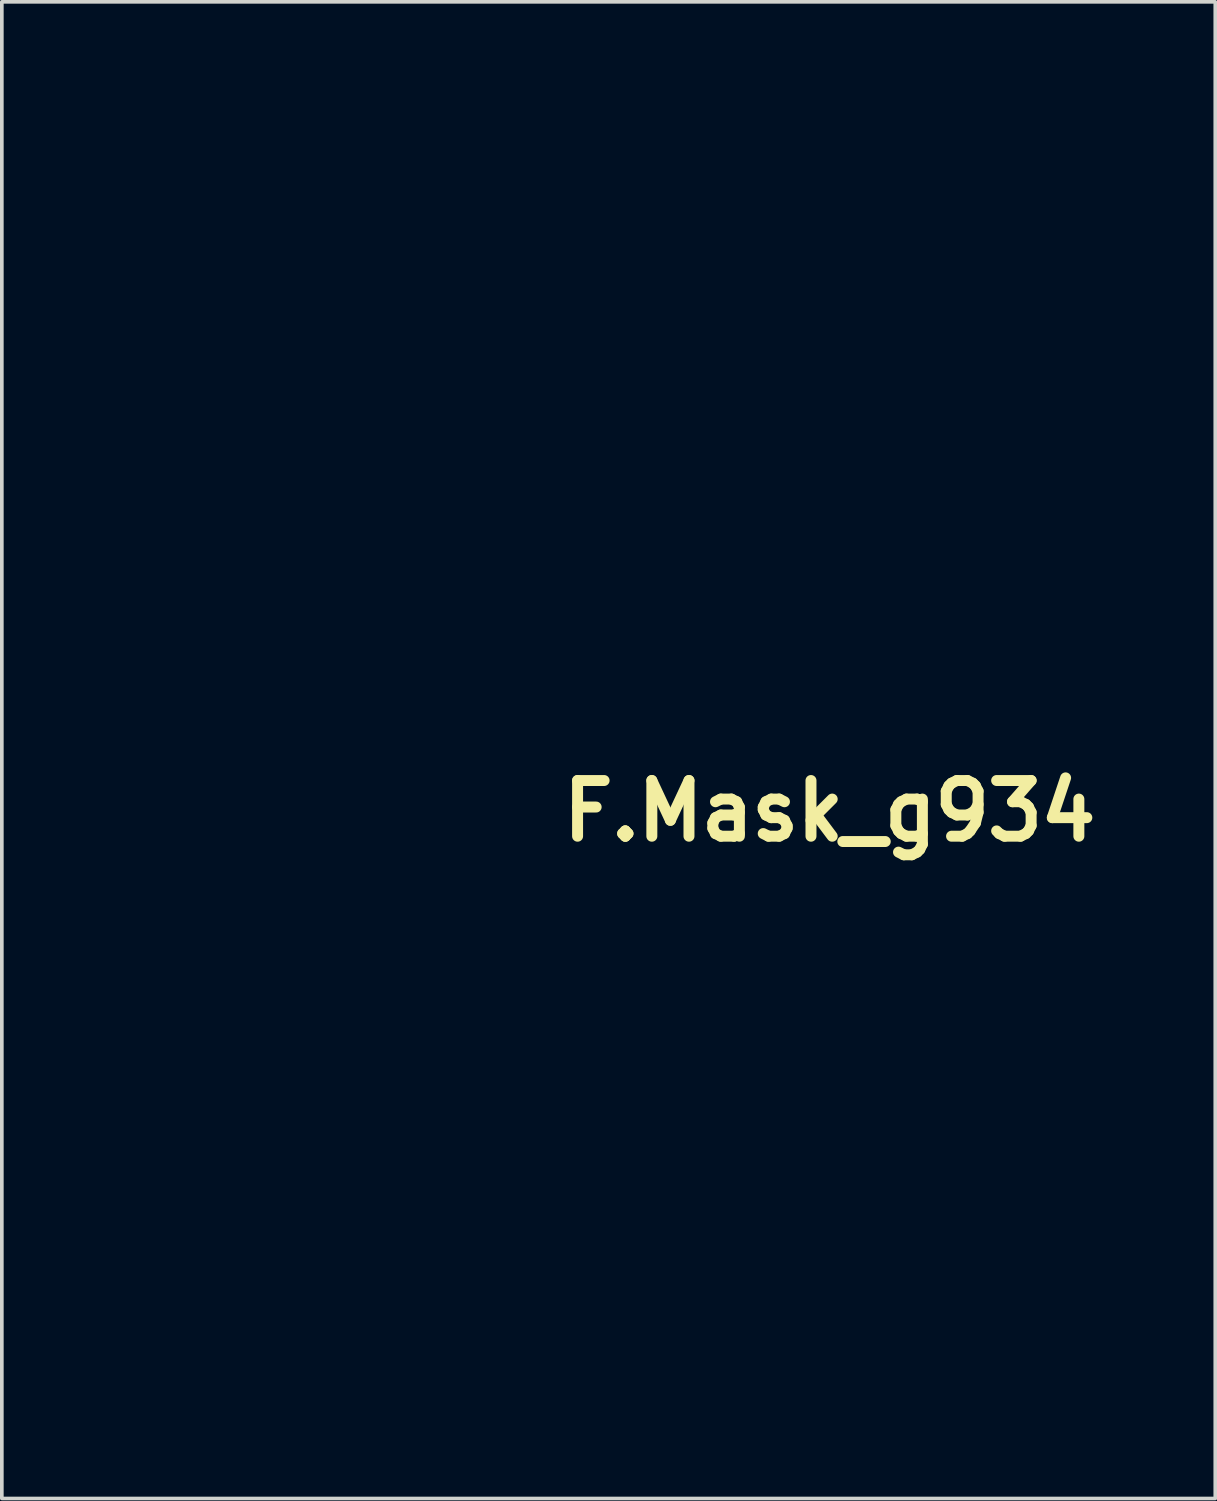
<source format=kicad_pcb>
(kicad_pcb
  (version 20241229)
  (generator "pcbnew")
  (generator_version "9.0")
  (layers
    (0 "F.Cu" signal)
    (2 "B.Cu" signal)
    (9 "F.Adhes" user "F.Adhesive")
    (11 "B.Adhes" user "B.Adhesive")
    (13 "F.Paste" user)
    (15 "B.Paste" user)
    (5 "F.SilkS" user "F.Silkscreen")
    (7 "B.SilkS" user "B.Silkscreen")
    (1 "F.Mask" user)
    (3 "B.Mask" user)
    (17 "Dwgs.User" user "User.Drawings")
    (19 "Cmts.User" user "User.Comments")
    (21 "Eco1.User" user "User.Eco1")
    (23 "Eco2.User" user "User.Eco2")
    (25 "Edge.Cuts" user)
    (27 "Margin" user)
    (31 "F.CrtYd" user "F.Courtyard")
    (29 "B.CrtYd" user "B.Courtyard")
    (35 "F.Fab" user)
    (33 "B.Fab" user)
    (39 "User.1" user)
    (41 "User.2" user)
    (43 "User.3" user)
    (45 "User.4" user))
  (footprint "F.Mask_g934"
    (layer "F.Cu")
    (at 19.648 19.141)
    (property "Reference" "F.Mask_g934" (at 0 0 0) (layer "F.SilkS") (effects (font (size 1.524 1.524) (thickness 0.3))))
    (attr through_hole)
    (fp_poly (pts (xy -8.996 -1.609) (xy -11.959 -1.609) (xy -11.959 -7.154) (xy -8.996 -7.154) (xy -8.996 -1.609)) (stroke (width 0.01) (type solid)) (fill yes) (layer "F.Mask"))
    (fp_poly (pts (xy -6.032 -13.208) (xy -8.996 -13.208) (xy -8.996 -16.15) (xy -6.032 -16.15) (xy -6.032 -13.208)) (stroke (width 0.01) (type solid)) (fill yes) (layer "F.Mask"))
    (fp_poly (pts (xy 2.9 10.604) (xy -3.281 10.604) (xy -3.281 7.514) (xy 2.9 7.514) (xy 2.9 10.604)) (stroke (width 0.01) (type solid)) (fill yes) (layer "F.Mask"))
    (fp_poly (pts (xy -6.038 9.033) (xy -6.043 10.552) (xy -7.519 10.557) (xy -8.996 10.562) (xy -8.996 7.514) (xy -6.032 7.514) (xy -6.038 9.033)) (stroke (width 0.01) (type solid)) (fill yes) (layer "F.Mask"))
    (fp_poly (pts (xy -0.127 1.609) (xy 2.9 1.609) (xy 2.9 4.572) (xy -6.032 4.572) (xy -6.032 1.609) (xy -3.09 1.609) (xy -3.09 -1.545) (xy -0.127 -1.545) (xy -0.127 1.609)) (stroke (width 0.01) (type solid)) (fill yes) (layer "F.Mask"))
    (fp_poly (pts (xy -3.074 -3.096) (xy -3.08 -1.619) (xy -4.556 -1.614) (xy -6.032 -1.608) (xy -6.032 1.333) (xy -8.996 1.333) (xy -8.996 -1.609) (xy -6.032 -1.609) (xy -6.032 -4.572) (xy -4.551 -4.572) (xy -3.069 -4.572) (xy -3.074 -3.096)) (stroke (width 0.01) (type solid)) (fill yes) (layer "F.Mask"))
    (fp_poly (pts (xy -12.425 13.631) (xy -10.711 13.631) (xy -10.705 12.896) (xy -10.7 12.16) (xy -10.086 12.16) (xy -10.081 13.955) (xy -10.075 15.749) (xy -10.387 15.743) (xy -10.7 15.737) (xy -10.711 14.16) (xy -11.563 14.166) (xy -12.414 14.171) (xy -12.42 14.96) (xy -12.425 15.748) (xy -13.039 15.748) (xy -13.039 12.15) (xy -12.425 12.15) (xy -12.425 13.631)) (stroke (width 0.01) (type solid)) (fill yes) (layer "F.Mask"))
    (fp_poly (pts (xy -0.127 -10.202) (xy -1.595 -10.202) (xy -1.84 -10.203) (xy -2.073 -10.203) (xy -2.29 -10.204) (xy -2.488 -10.205) (xy -2.663 -10.207) (xy -2.811 -10.208) (xy -2.93 -10.21) (xy -3.016 -10.213) (xy -3.065 -10.215) (xy -3.076 -10.216) (xy -3.079 -10.239) (xy -3.081 -10.301) (xy -3.083 -10.399) (xy -3.085 -10.528) (xy -3.086 -10.686) (xy -3.088 -10.869) (xy -3.089 -11.073) (xy -3.09 -11.296) (xy -3.09 -11.534) (xy -3.09 -11.698) (xy -3.09 -13.166) (xy -0.127 -13.166) (xy -0.127 -10.202)) (stroke (width 0.01) (type solid)) (fill yes) (layer "F.Mask"))
    (fp_poly (pts (xy -3.175 12.88) (xy -3.175 13.096) (xy -3.174 13.3) (xy -3.173 13.486) (xy -3.172 13.651) (xy -3.17 13.792) (xy -3.168 13.904) (xy -3.166 13.983) (xy -3.164 14.027) (xy -3.163 14.034) (xy -3.145 14.019) (xy -3.1 13.98) (xy -3.034 13.918) (xy -2.95 13.838) (xy -2.851 13.745) (xy -2.745 13.642) (xy -2.339 13.251) (xy -2.007 13.251) (xy -1.675 13.25) (xy -2.118 13.69) (xy -2.561 14.129) (xy -2.032 14.927) (xy -1.923 15.091) (xy -1.822 15.245) (xy -1.73 15.384) (xy -1.651 15.505) (xy -1.587 15.604) (xy -1.539 15.678) (xy -1.51 15.723) (xy -1.503 15.736) (xy -1.523 15.74) (xy -1.578 15.744) (xy -1.66 15.746) (xy -1.764 15.748) (xy -1.821 15.748) (xy -2.14 15.748) (xy -2.544 15.133) (xy -2.949 14.518) (xy -3.175 14.741) (xy -3.175 15.748) (xy -3.457 15.748) (xy -3.563 15.747) (xy -3.652 15.744) (xy -3.718 15.74) (xy -3.751 15.735) (xy -3.754 15.734) (xy -3.756 15.711) (xy -3.758 15.649) (xy -3.759 15.55) (xy -3.761 15.418) (xy -3.763 15.256) (xy -3.764 15.066) (xy -3.765 14.851) (xy -3.766 14.614) (xy -3.767 14.359) (xy -3.767 14.087) (xy -3.768 13.803) (xy -3.768 13.723) (xy -3.768 11.726) (xy -3.175 11.726) (xy -3.175 12.88)) (stroke (width 0.01) (type solid)) (fill yes) (layer "F.Mask"))
    (fp_poly (pts (xy -5.16 13.173) (xy -4.993 13.185) (xy -4.84 13.207) (xy -4.784 13.219) (xy -4.677 13.247) (xy -4.575 13.282) (xy -4.486 13.318) (xy -4.417 13.354) (xy -4.375 13.385) (xy -4.367 13.406) (xy -4.377 13.438) (xy -4.395 13.501) (xy -4.418 13.585) (xy -4.435 13.649) (xy -4.493 13.862) (xy -4.601 13.801) (xy -4.759 13.729) (xy -4.931 13.676) (xy -5.108 13.644) (xy -5.278 13.636) (xy -5.43 13.652) (xy -5.472 13.662) (xy -5.558 13.694) (xy -5.629 13.738) (xy -5.704 13.806) (xy -5.707 13.808) (xy -5.793 13.912) (xy -5.855 14.027) (xy -5.895 14.162) (xy -5.917 14.326) (xy -5.92 14.372) (xy -5.917 14.584) (xy -5.883 14.775) (xy -5.82 14.941) (xy -5.731 15.08) (xy -5.617 15.19) (xy -5.48 15.269) (xy -5.321 15.313) (xy -5.272 15.318) (xy -5.121 15.316) (xy -4.955 15.286) (xy -4.789 15.234) (xy -4.636 15.163) (xy -4.536 15.098) (xy -4.475 15.057) (xy -4.442 15.048) (xy -4.435 15.055) (xy -4.428 15.085) (xy -4.413 15.148) (xy -4.395 15.232) (xy -4.381 15.299) (xy -4.36 15.404) (xy -4.35 15.476) (xy -4.35 15.521) (xy -4.359 15.546) (xy -4.36 15.546) (xy -4.396 15.573) (xy -4.464 15.607) (xy -4.554 15.646) (xy -4.657 15.685) (xy -4.764 15.721) (xy -4.865 15.75) (xy -4.986 15.774) (xy -5.128 15.791) (xy -5.276 15.801) (xy -5.415 15.802) (xy -5.532 15.794) (xy -5.559 15.79) (xy -5.75 15.738) (xy -5.933 15.656) (xy -6.099 15.548) (xy -6.237 15.422) (xy -6.245 15.413) (xy -6.311 15.322) (xy -6.38 15.204) (xy -6.444 15.074) (xy -6.496 14.947) (xy -6.522 14.859) (xy -6.539 14.76) (xy -6.548 14.633) (xy -6.551 14.49) (xy -6.548 14.343) (xy -6.538 14.207) (xy -6.522 14.094) (xy -6.513 14.055) (xy -6.435 13.838) (xy -6.325 13.648) (xy -6.184 13.487) (xy -6.015 13.356) (xy -5.819 13.258) (xy -5.609 13.195) (xy -5.482 13.177) (xy -5.328 13.17) (xy -5.16 13.173)) (stroke (width 0.01) (type solid)) (fill yes) (layer "F.Mask"))
    (fp_poly (pts (xy -8.022 13.178) (xy -7.886 13.197) (xy -7.885 13.197) (xy -7.79 13.223) (xy -7.681 13.262) (xy -7.582 13.306) (xy -7.579 13.308) (xy -7.425 13.406) (xy -7.304 13.531) (xy -7.213 13.686) (xy -7.194 13.73) (xy -7.183 13.76) (xy -7.173 13.789) (xy -7.165 13.821) (xy -7.159 13.861) (xy -7.154 13.911) (xy -7.151 13.978) (xy -7.148 14.063) (xy -7.146 14.173) (xy -7.145 14.311) (xy -7.145 14.48) (xy -7.145 14.686) (xy -7.144 14.796) (xy -7.144 15.737) (xy -7.38 15.743) (xy -7.616 15.749) (xy -7.629 15.664) (xy -7.641 15.582) (xy -7.653 15.499) (xy -7.654 15.494) (xy -7.664 15.441) (xy -7.674 15.412) (xy -7.677 15.409) (xy -7.697 15.422) (xy -7.739 15.457) (xy -7.794 15.505) (xy -7.796 15.507) (xy -7.942 15.615) (xy -8.11 15.701) (xy -8.291 15.763) (xy -8.476 15.799) (xy -8.655 15.806) (xy -8.819 15.781) (xy -8.825 15.779) (xy -8.954 15.732) (xy -9.059 15.666) (xy -9.158 15.571) (xy -9.163 15.565) (xy -9.243 15.454) (xy -9.293 15.331) (xy -9.318 15.186) (xy -9.322 15.071) (xy -9.313 14.948) (xy -8.696 14.948) (xy -8.694 15.066) (xy -8.655 15.173) (xy -8.59 15.253) (xy -8.547 15.288) (xy -8.506 15.309) (xy -8.453 15.318) (xy -8.378 15.318) (xy -8.323 15.315) (xy -8.196 15.3) (xy -8.084 15.265) (xy -8.037 15.245) (xy -7.954 15.199) (xy -7.874 15.145) (xy -7.826 15.104) (xy -7.747 15.026) (xy -7.747 14.515) (xy -7.975 14.526) (xy -8.181 14.545) (xy -8.351 14.584) (xy -8.486 14.641) (xy -8.587 14.719) (xy -8.655 14.817) (xy -8.66 14.826) (xy -8.696 14.948) (xy -9.313 14.948) (xy -9.309 14.905) (xy -9.271 14.765) (xy -9.204 14.638) (xy -9.108 14.519) (xy -8.961 14.391) (xy -8.782 14.289) (xy -8.572 14.212) (xy -8.334 14.163) (xy -8.07 14.141) (xy -7.993 14.14) (xy -7.742 14.139) (xy -7.751 14.012) (xy -7.77 13.902) (xy -7.811 13.819) (xy -7.884 13.751) (xy -7.939 13.716) (xy -7.989 13.692) (xy -8.041 13.675) (xy -8.106 13.665) (xy -8.196 13.659) (xy -8.259 13.656) (xy -8.494 13.662) (xy -8.703 13.697) (xy -8.893 13.763) (xy -8.909 13.77) (xy -8.97 13.797) (xy -9.014 13.814) (xy -9.029 13.817) (xy -9.039 13.793) (xy -9.054 13.738) (xy -9.073 13.664) (xy -9.093 13.581) (xy -9.111 13.5) (xy -9.125 13.432) (xy -9.132 13.387) (xy -9.132 13.375) (xy -9.104 13.355) (xy -9.045 13.327) (xy -8.964 13.295) (xy -8.871 13.262) (xy -8.776 13.231) (xy -8.689 13.207) (xy -8.653 13.199) (xy -8.514 13.179) (xy -8.352 13.169) (xy -8.183 13.168) (xy -8.022 13.178)) (stroke (width 0.01) (type solid)) (fill yes) (layer "F.Mask"))
    (fp_poly (pts (xy -8.996 4.699) (xy -8.996 7.514) (xy -11.959 7.514) (xy -11.959 10.562) (xy -13.52 10.559) (xy -13.779 10.559) (xy -14.029 10.557) (xy -14.266 10.556) (xy -14.488 10.554) (xy -14.69 10.552) (xy -14.867 10.55) (xy -15.018 10.547) (xy -15.136 10.544) (xy -15.22 10.542) (xy -15.26 10.539) (xy -15.619 10.485) (xy -15.958 10.394) (xy -16.276 10.268) (xy -16.572 10.107) (xy -16.844 9.913) (xy -17.09 9.686) (xy -17.309 9.428) (xy -17.5 9.139) (xy -17.573 9.004) (xy -17.665 8.81) (xy -17.741 8.613) (xy -17.808 8.397) (xy -17.84 8.276) (xy -17.895 8.054) (xy -17.903 4.699) (xy -14.922 4.699) (xy -14.922 6.061) (xy -14.922 6.297) (xy -14.922 6.521) (xy -14.921 6.728) (xy -14.919 6.916) (xy -14.918 7.081) (xy -14.916 7.218) (xy -14.914 7.325) (xy -14.912 7.398) (xy -14.909 7.434) (xy -14.908 7.437) (xy -14.885 7.439) (xy -14.824 7.441) (xy -14.726 7.443) (xy -14.597 7.445) (xy -14.439 7.447) (xy -14.256 7.448) (xy -14.051 7.449) (xy -13.829 7.45) (xy -13.591 7.451) (xy -13.427 7.451) (xy -11.959 7.451) (xy -11.959 4.699) (xy -14.922 4.699) (xy -17.903 4.699) (xy -17.906 3.27) (xy -17.918 -1.513) (xy -17.964 -1.635) (xy -18.075 -1.878) (xy -18.208 -2.085) (xy -18.365 -2.257) (xy -18.546 -2.396) (xy -18.753 -2.502) (xy -18.938 -2.564) (xy -19.041 -2.587) (xy -19.152 -2.602) (xy -19.284 -2.61) (xy -19.373 -2.611) (xy -19.643 -2.614) (xy -19.643 -5.603) (xy -19.341 -5.615) (xy -19.099 -5.634) (xy -18.889 -5.67) (xy -18.706 -5.728) (xy -18.542 -5.808) (xy -18.393 -5.914) (xy -18.286 -6.01) (xy -18.161 -6.15) (xy -18.066 -6.296) (xy -17.994 -6.46) (xy -17.956 -6.585) (xy -17.952 -6.601) (xy -17.948 -6.622) (xy -17.945 -6.648) (xy -17.941 -6.681) (xy -17.938 -6.722) (xy -17.936 -6.774) (xy -17.933 -6.838) (xy -17.931 -6.915) (xy -17.929 -7.008) (xy -17.927 -7.117) (xy -17.925 -7.245) (xy -17.923 -7.393) (xy -17.922 -7.562) (xy -17.92 -7.755) (xy -17.919 -7.973) (xy -17.918 -8.218) (xy -17.916 -8.491) (xy -17.915 -8.793) (xy -17.914 -9.127) (xy -17.913 -9.495) (xy -17.912 -9.897) (xy -17.91 -10.335) (xy -17.909 -10.812) (xy -17.908 -11.328) (xy -17.907 -11.673) (xy -17.906 -12.213) (xy -17.904 -12.713) (xy -17.903 -13.173) (xy -17.902 -13.596) (xy -17.901 -13.983) (xy -17.9 -14.336) (xy -17.899 -14.657) (xy -17.898 -14.947) (xy -17.897 -15.208) (xy -17.895 -15.442) (xy -17.894 -15.65) (xy -17.893 -15.834) (xy -17.891 -15.995) (xy -17.89 -16.136) (xy -17.888 -16.257) (xy -17.886 -16.361) (xy -17.884 -16.45) (xy -17.881 -16.524) (xy -17.879 -16.586) (xy -17.876 -16.637) (xy -17.873 -16.679) (xy -17.869 -16.713) (xy -17.866 -16.741) (xy -17.862 -16.766) (xy -17.857 -16.788) (xy -17.853 -16.809) (xy -17.851 -16.817) (xy -17.751 -17.169) (xy -17.62 -17.492) (xy -17.458 -17.791) (xy -17.262 -18.067) (xy -17.081 -18.274) (xy -16.857 -18.486) (xy -16.618 -18.665) (xy -16.359 -18.816) (xy -16.074 -18.94) (xy -15.759 -19.042) (xy -15.663 -19.067) (xy -15.441 -19.123) (xy -12.218 -19.129) (xy -8.996 -19.136) (xy -8.996 -16.192) (xy -11.959 -16.192) (xy -11.959 -13.166) (xy -8.996 -13.166) (xy -8.996 -10.224) (xy -7.519 -10.218) (xy -6.043 -10.213) (xy -6.038 -8.737) (xy -6.032 -7.26) (xy -8.996 -7.26) (xy -8.996 -10.224) (xy -11.954 -10.218) (xy -14.912 -10.213) (xy -14.924 -8.371) (xy -14.926 -8.05) (xy -14.928 -7.768) (xy -14.929 -7.522) (xy -14.931 -7.31) (xy -14.933 -7.128) (xy -14.935 -6.974) (xy -14.938 -6.845) (xy -14.94 -6.738) (xy -14.943 -6.649) (xy -14.947 -6.577) (xy -14.951 -6.517) (xy -14.956 -6.468) (xy -14.962 -6.426) (xy -14.968 -6.388) (xy -14.976 -6.351) (xy -14.983 -6.318) (xy -15.09 -5.932) (xy -15.233 -5.565) (xy -15.409 -5.221) (xy -15.617 -4.901) (xy -15.857 -4.607) (xy -16.126 -4.342) (xy -16.346 -4.164) (xy -16.411 -4.115) (xy -16.461 -4.076) (xy -16.487 -4.054) (xy -16.489 -4.051) (xy -16.471 -4.038) (xy -16.425 -4.013) (xy -16.36 -3.978) (xy -16.345 -3.971) (xy -16.147 -3.854) (xy -15.946 -3.703) (xy -15.754 -3.528) (xy -15.579 -3.336) (xy -15.497 -3.232) (xy -15.357 -3.016) (xy -15.231 -2.77) (xy -15.122 -2.505) (xy -15.036 -2.23) (xy -14.975 -1.958) (xy -14.954 -1.81) (xy -14.945 -1.735) (xy -14.936 -1.673) (xy -14.93 -1.646) (xy -14.926 -1.639) (xy -14.917 -1.632) (xy -14.899 -1.627) (xy -14.87 -1.623) (xy -14.826 -1.619) (xy -14.765 -1.616) (xy -14.684 -1.614) (xy -14.581 -1.612) (xy -14.451 -1.611) (xy -14.292 -1.61) (xy -14.101 -1.609) (xy -13.876 -1.609) (xy -13.613 -1.609) (xy -13.439 -1.609) (xy -11.959 -1.609) (xy -11.959 4.699) (xy -8.996 4.699)) (stroke (width 0.01) (type solid)) (fill yes) (layer "F.Mask")))
  (gr_rect
    (start -3 -3)
    (end 30.202 37.951)
    (stroke (width 0.1) (type default))
    (fill no)
    (layer "Edge.Cuts")))
</source>
